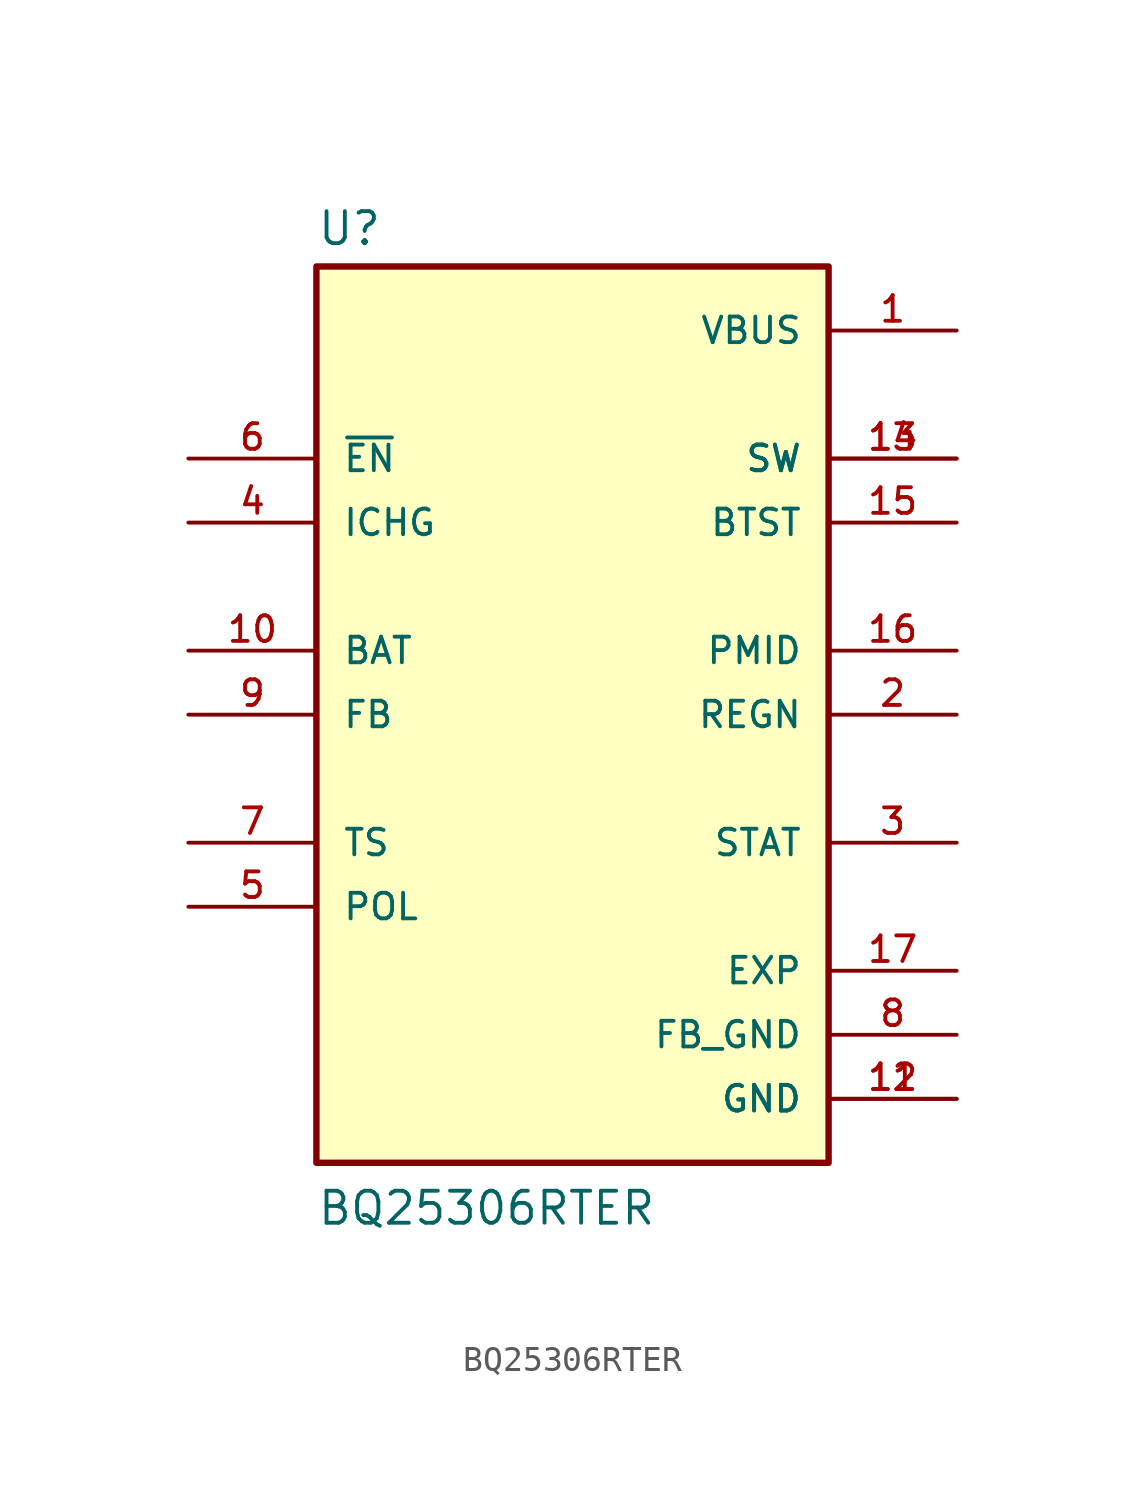
<source format=kicad_sym>
(kicad_symbol_lib
  (version 20211014)
  (generator kicad_symbol_editor)
  (symbol "BQ25306RTER"
    (pin_names
      (offset 1.016))
    (property "Reference" "U"
      (at -10.16 18.542 0)
      (effects (font (size 1.27 1.27)) (justify bottom left)))
    (property "Value" "BQ25306RTER"
      (at -10.16 -20.32 0)
      (effects (font (size 1.27 1.27)) (justify bottom left)))
    (symbol "BQ25306RTER_0_0"
      (rectangle (start -10.16 -17.78) (end 10.16 17.78) (stroke (width 0.254)) (fill (type background)))
      (pin power_in line (at 15.24 15.24 180.0) (length 5.08) (name "VBUS" (effects (font (size 1.016 1.016)))) (number "1" (effects (font (size 1.016 1.016)))))
      (pin output line (at 15.24 2.54 180.0) (length 5.08) (name "PMID" (effects (font (size 1.016 1.016)))) (number "16" (effects (font (size 1.016 1.016)))))
      (pin output line (at 15.24 10.16 180.0) (length 5.08) (name "SW" (effects (font (size 1.016 1.016)))) (number "13" (effects (font (size 1.016 1.016)))))
      (pin output line (at 15.24 10.16 180.0) (length 5.08) (name "SW" (effects (font (size 1.016 1.016)))) (number "14" (effects (font (size 1.016 1.016)))))
      (pin output line (at 15.24 7.62 180.0) (length 5.08) (name "BTST" (effects (font (size 1.016 1.016)))) (number "15" (effects (font (size 1.016 1.016)))))
      (pin power_in line (at 15.24 -15.24 180.0) (length 5.08) (name "GND" (effects (font (size 1.016 1.016)))) (number "11" (effects (font (size 1.016 1.016)))))
      (pin power_in line (at 15.24 -15.24 180.0) (length 5.08) (name "GND" (effects (font (size 1.016 1.016)))) (number "12" (effects (font (size 1.016 1.016)))))
      (pin output line (at 15.24 0.0 180.0) (length 5.08) (name "REGN" (effects (font (size 1.016 1.016)))) (number "2" (effects (font (size 1.016 1.016)))))
      (pin input line (at -15.24 2.54 0) (length 5.08) (name "BAT" (effects (font (size 1.016 1.016)))) (number "10" (effects (font (size 1.016 1.016)))))
      (pin input line (at -15.24 -5.08 0) (length 5.08) (name "TS" (effects (font (size 1.016 1.016)))) (number "7" (effects (font (size 1.016 1.016)))))
      (pin input line (at -15.24 7.62 0) (length 5.08) (name "ICHG" (effects (font (size 1.016 1.016)))) (number "4" (effects (font (size 1.016 1.016)))))
      (pin output line (at 15.24 -5.08 180.0) (length 5.08) (name "STAT" (effects (font (size 1.016 1.016)))) (number "3" (effects (font (size 1.016 1.016)))))
      (pin input line (at -15.24 0.0 0) (length 5.08) (name "FB" (effects (font (size 1.016 1.016)))) (number "9" (effects (font (size 1.016 1.016)))))
      (pin power_in line (at 15.24 -10.16 180.0) (length 5.08) (name "EXP" (effects (font (size 1.016 1.016)))) (number "17" (effects (font (size 1.016 1.016)))))
      (pin input line (at -15.24 -7.62 0) (length 5.08) (name "POL" (effects (font (size 1.016 1.016)))) (number "5" (effects (font (size 1.016 1.016)))))
      (pin power_in line (at 15.24 -12.7 180.0) (length 5.08) (name "FB_GND" (effects (font (size 1.016 1.016)))) (number "8" (effects (font (size 1.016 1.016)))))
      (pin input line (at -15.24 10.16 0) (length 5.08) (name "~{EN}" (effects (font (size 1.016 1.016)))) (number "6" (effects (font (size 1.016 1.016))))))))
</source>
